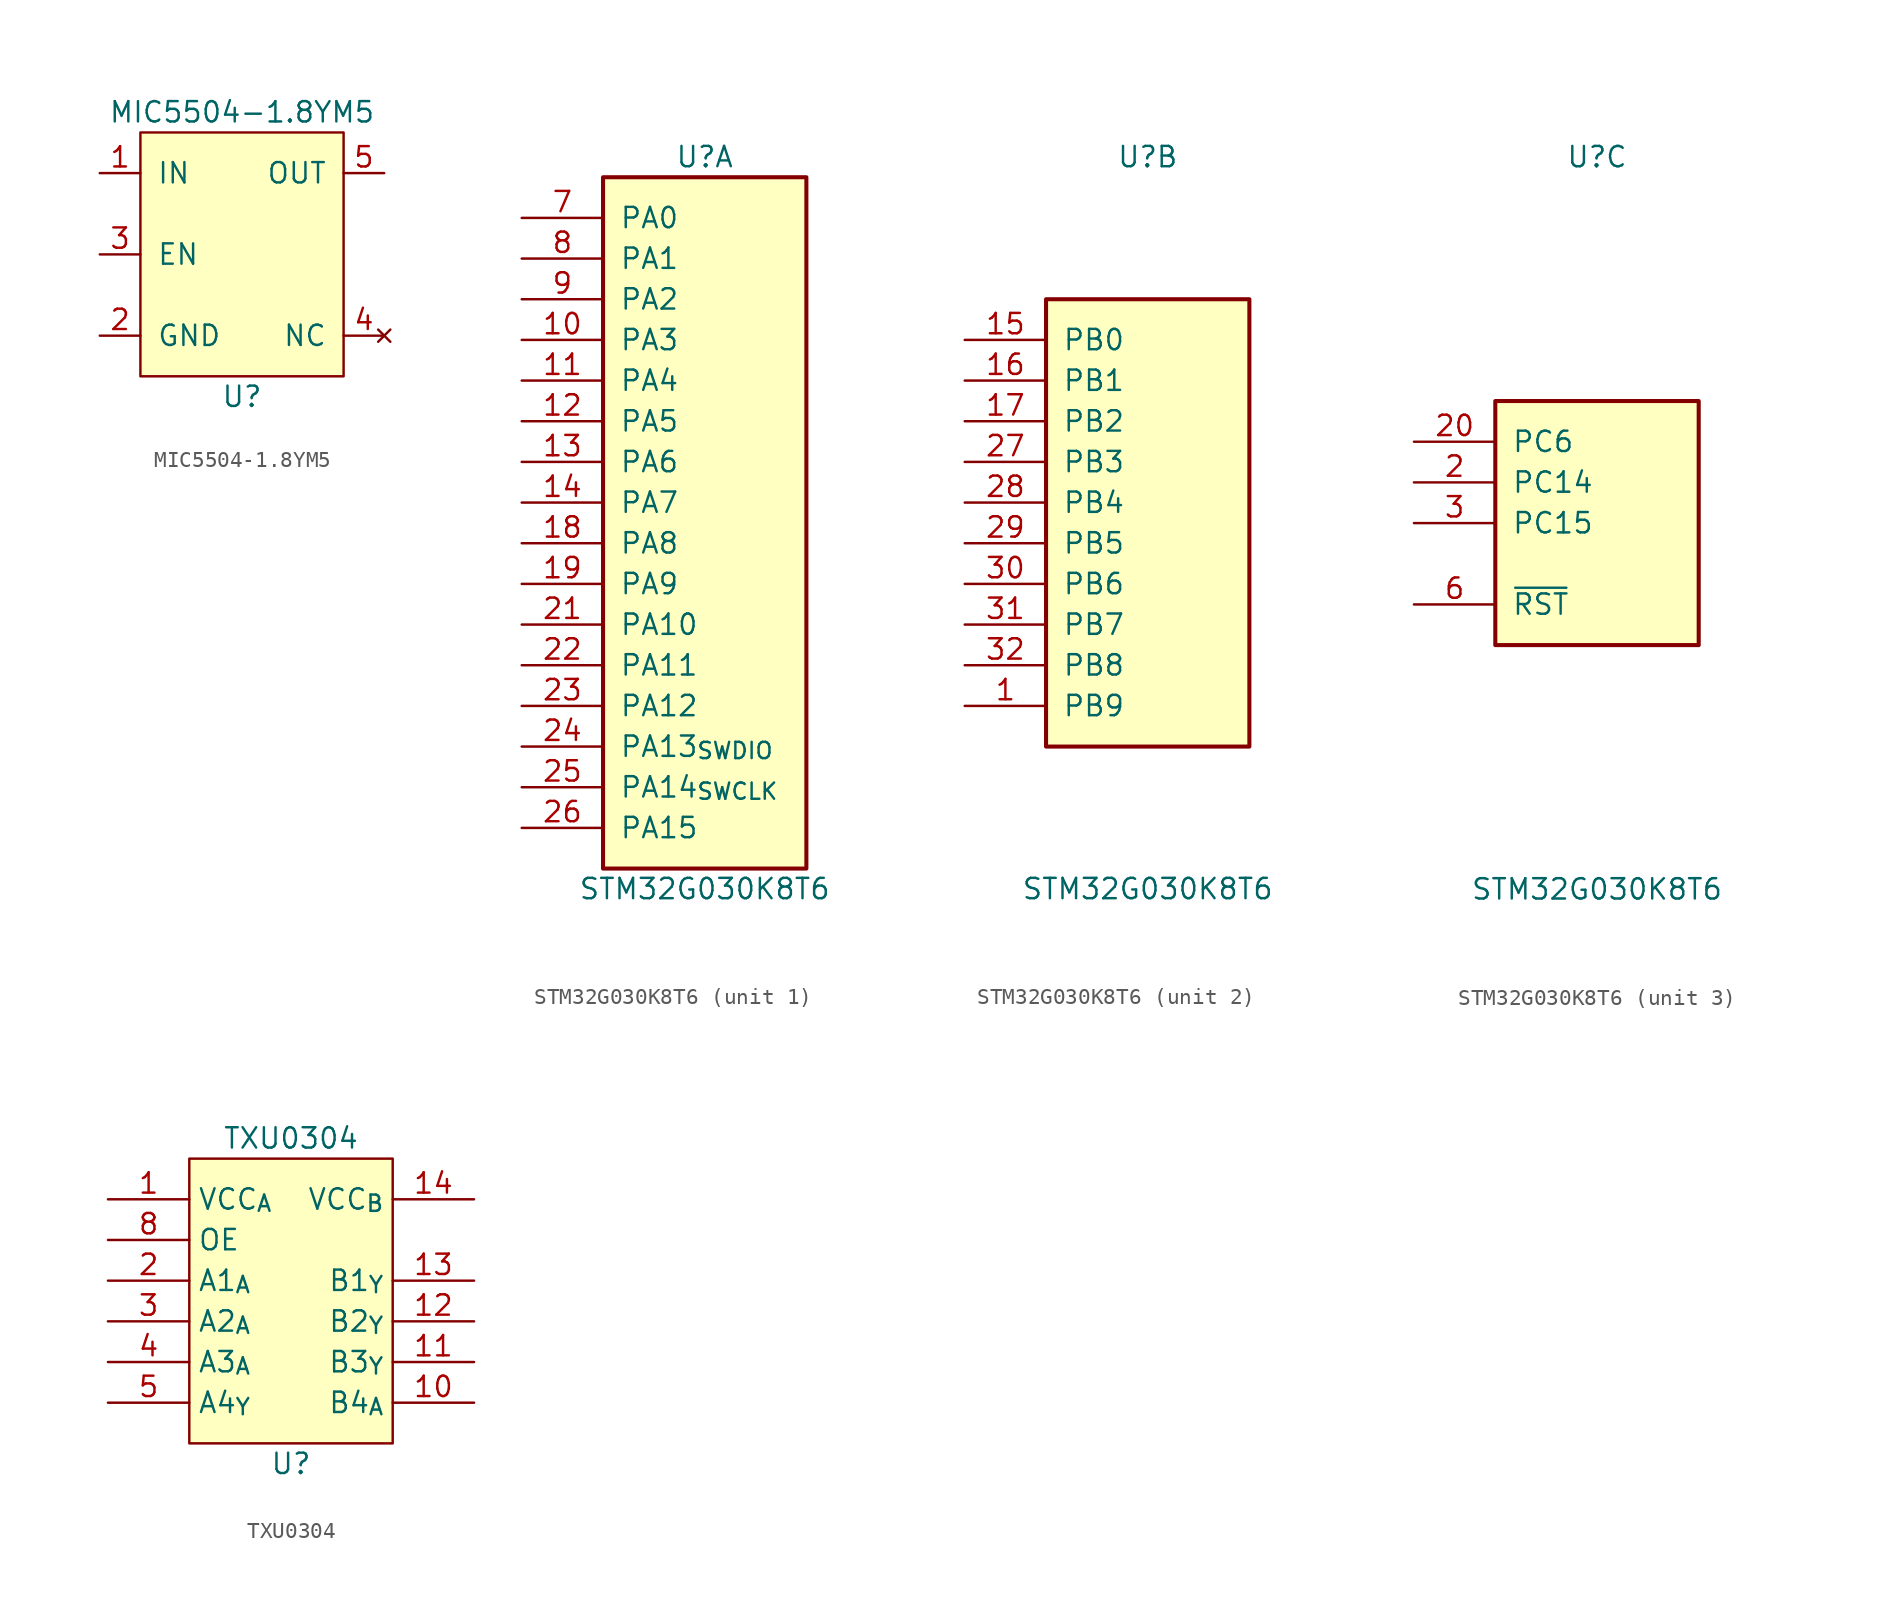
<source format=kicad_sym>
(kicad_symbol_lib
  (version 20211014)
  (generator kicad_symbol_editor)
  (symbol "MIC5504-1.8YM5"
    (pin_names
      (offset 1.016))
    (property "Reference" "U"
      (at 0 -8.89 0)
      (effects (font (size 1.27 1.27))))
    (property "Value" "MIC5504-1.8YM5"
      (at 0 8.89 0)
      (effects (font (size 1.27 1.27))))
    (symbol "MIC5504-1.8YM5_0_1"
      (rectangle (start -6.35 7.62) (end 6.35 -7.62) (stroke (width 0) (type default) (color 0 0 0 0)) (fill (type background))))
    (symbol "MIC5504-1.8YM5_1_1"
      (pin power_in line (at -8.89 5.08 0) (length 2.54) (name "IN" (effects (font (size 1.27 1.27)))) (number "1" (effects (font (size 1.27 1.27)))))
      (pin power_in line (at -8.89 -5.08 0) (length 2.54) (name "GND" (effects (font (size 1.27 1.27)))) (number "2" (effects (font (size 1.27 1.27)))))
      (pin input line (at -8.89 0 0) (length 2.54) (name "EN" (effects (font (size 1.27 1.27)))) (number "3" (effects (font (size 1.27 1.27)))))
      (pin no_connect line (at 8.89 -5.08 180) (length 2.54) (name "NC" (effects (font (size 1.27 1.27)))) (number "4" (effects (font (size 1.27 1.27)))))
      (pin power_out line (at 8.89 5.08 180) (length 2.54) (name "OUT" (effects (font (size 1.27 1.27)))) (number "5" (effects (font (size 1.27 1.27)))))))
  (symbol "STM32G030K8T6"
    (pin_names
      (offset 1.016))
    (property "Reference" "U"
      (at 0 22.86 0)
      (effects (font (size 1.27 1.27))))
    (property "Value" "STM32G030K8T6"
      (at 0 -22.86 0)
      (effects (font (size 1.27 1.27))))
    (property "ki_locked" ""
      (at 0 0 0)
      (effects (font (size 1.27 1.27))))
    (symbol "STM32G030K8T6_1_1"
      (rectangle (start -6.35 21.59) (end 6.35 -21.59) (stroke (width 0.254) (type default) (color 0 0 0 0)) (fill (type background)))
      (pin passive line (at -11.43 11.43 0) (length 5.08) (name "PA3" (effects (font (size 1.27 1.27)))) (number "10" (effects (font (size 1.27 1.27)))))
      (pin passive line (at -11.43 8.89 0) (length 5.08) (name "PA4" (effects (font (size 1.27 1.27)))) (number "11" (effects (font (size 1.27 1.27)))))
      (pin passive line (at -11.43 6.35 0) (length 5.08) (name "PA5" (effects (font (size 1.27 1.27)))) (number "12" (effects (font (size 1.27 1.27)))))
      (pin passive line (at -11.43 3.81 0) (length 5.08) (name "PA6" (effects (font (size 1.27 1.27)))) (number "13" (effects (font (size 1.27 1.27)))))
      (pin passive line (at -11.43 1.27 0) (length 5.08) (name "PA7" (effects (font (size 1.27 1.27)))) (number "14" (effects (font (size 1.27 1.27)))))
      (pin passive line (at -11.43 -1.27 0) (length 5.08) (name "PA8" (effects (font (size 1.27 1.27)))) (number "18" (effects (font (size 1.27 1.27)))))
      (pin passive line (at -11.43 -3.81 0) (length 5.08) (name "PA9" (effects (font (size 1.27 1.27)))) (number "19" (effects (font (size 1.27 1.27)))))
      (pin passive line (at -11.43 -6.35 0) (length 5.08) (name "PA10" (effects (font (size 1.27 1.27)))) (number "21" (effects (font (size 1.27 1.27)))))
      (pin passive line (at -11.43 -8.89 0) (length 5.08) (name "PA11" (effects (font (size 1.27 1.27)))) (number "22" (effects (font (size 1.27 1.27)))))
      (pin passive line (at -11.43 -11.43 0) (length 5.08) (name "PA12" (effects (font (size 1.27 1.27)))) (number "23" (effects (font (size 1.27 1.27)))))
      (pin passive line (at -11.43 -13.97 0) (length 5.08) (name "PA13_{SWDIO}" (effects (font (size 1.27 1.27)))) (number "24" (effects (font (size 1.27 1.27)))))
      (pin passive line (at -11.43 -16.51 0) (length 5.08) (name "PA14_{SWCLK}" (effects (font (size 1.27 1.27)))) (number "25" (effects (font (size 1.27 1.27)))))
      (pin passive line (at -11.43 -19.05 0) (length 5.08) (name "PA15" (effects (font (size 1.27 1.27)))) (number "26" (effects (font (size 1.27 1.27)))))
      (pin passive line (at -11.43 19.05 0) (length 5.08) (name "PA0" (effects (font (size 1.27 1.27)))) (number "7" (effects (font (size 1.27 1.27)))))
      (pin passive line (at -11.43 16.51 0) (length 5.08) (name "PA1" (effects (font (size 1.27 1.27)))) (number "8" (effects (font (size 1.27 1.27)))))
      (pin passive line (at -11.43 13.97 0) (length 5.08) (name "PA2" (effects (font (size 1.27 1.27)))) (number "9" (effects (font (size 1.27 1.27))))))
    (symbol "STM32G030K8T6_2_1"
      (rectangle (start -6.35 13.97) (end 6.35 -13.97) (stroke (width 0.254) (type default) (color 0 0 0 0)) (fill (type background)))
      (pin passive line (at -11.43 -11.43 0) (length 5.08) (name "PB9" (effects (font (size 1.27 1.27)))) (number "1" (effects (font (size 1.27 1.27)))))
      (pin passive line (at -11.43 11.43 0) (length 5.08) (name "PB0" (effects (font (size 1.27 1.27)))) (number "15" (effects (font (size 1.27 1.27)))))
      (pin passive line (at -11.43 8.89 0) (length 5.08) (name "PB1" (effects (font (size 1.27 1.27)))) (number "16" (effects (font (size 1.27 1.27)))))
      (pin passive line (at -11.43 6.35 0) (length 5.08) (name "PB2" (effects (font (size 1.27 1.27)))) (number "17" (effects (font (size 1.27 1.27)))))
      (pin passive line (at -11.43 3.81 0) (length 5.08) (name "PB3" (effects (font (size 1.27 1.27)))) (number "27" (effects (font (size 1.27 1.27)))))
      (pin passive line (at -11.43 1.27 0) (length 5.08) (name "PB4" (effects (font (size 1.27 1.27)))) (number "28" (effects (font (size 1.27 1.27)))))
      (pin passive line (at -11.43 -1.27 0) (length 5.08) (name "PB5" (effects (font (size 1.27 1.27)))) (number "29" (effects (font (size 1.27 1.27)))))
      (pin passive line (at -11.43 -3.81 0) (length 5.08) (name "PB6" (effects (font (size 1.27 1.27)))) (number "30" (effects (font (size 1.27 1.27)))))
      (pin passive line (at -11.43 -6.35 0) (length 5.08) (name "PB7" (effects (font (size 1.27 1.27)))) (number "31" (effects (font (size 1.27 1.27)))))
      (pin passive line (at -11.43 -8.89 0) (length 5.08) (name "PB8" (effects (font (size 1.27 1.27)))) (number "32" (effects (font (size 1.27 1.27))))))
    (symbol "STM32G030K8T6_3_1"
      (rectangle (start -6.35 7.62) (end 6.35 -7.62) (stroke (width 0.254) (type default) (color 0 0 0 0)) (fill (type background)))
      (pin passive line (at -11.43 2.54 0) (length 5.08) (name "PC14" (effects (font (size 1.27 1.27)))) (number "2" (effects (font (size 1.27 1.27)))))
      (pin passive line (at -11.43 5.08 0) (length 5.08) (name "PC6" (effects (font (size 1.27 1.27)))) (number "20" (effects (font (size 1.27 1.27)))))
      (pin passive line (at -11.43 0 0) (length 5.08) (name "PC15" (effects (font (size 1.27 1.27)))) (number "3" (effects (font (size 1.27 1.27)))))
      (pin power_in line (at 11.43 5.08 180) (length 5.08) hide (name "VCC" (effects (font (size 1.27 1.27)))) (number "4" (effects (font (size 1.27 1.27)))))
      (pin power_in line (at 11.43 -5.08 180) (length 5.08) hide (name "GND" (effects (font (size 1.27 1.27)))) (number "5" (effects (font (size 1.27 1.27)))))
      (pin passive line (at -11.43 -5.08 0) (length 5.08) (name "~{RST}" (effects (font (size 1.27 1.27)))) (number "6" (effects (font (size 1.27 1.27)))))))
  (symbol "TXU0304"
    (property "Reference" "U"
      (at 0 -10.16 0)
      (effects (font (size 1.27 1.27))))
    (property "Value" "TXU0304"
      (at 0 10.16 0)
      (effects (font (size 1.27 1.27))))
    (symbol "TXU0304_0_1"
      (rectangle (start -6.35 8.89) (end 6.35 -8.89) (stroke (width 0.152) (type default) (color 0 0 0 0)) (fill (type background))))
    (symbol "TXU0304_1_1"
      (pin power_in line (at -11.43 6.35 0) (length 5.08) (name "VCC_{A}" (effects (font (size 1.27 1.27)))) (number "1" (effects (font (size 1.27 1.27)))))
      (pin input line (at 11.43 -6.35 180) (length 5.08) (name "B4_{A}" (effects (font (size 1.27 1.27)))) (number "10" (effects (font (size 1.27 1.27)))))
      (pin output line (at 11.43 -3.81 180) (length 5.08) (name "B3_{Y}" (effects (font (size 1.27 1.27)))) (number "11" (effects (font (size 1.27 1.27)))))
      (pin output line (at 11.43 -1.27 180) (length 5.08) (name "B2_{Y}" (effects (font (size 1.27 1.27)))) (number "12" (effects (font (size 1.27 1.27)))))
      (pin output line (at 11.43 1.27 180) (length 5.08) (name "B1_{Y}" (effects (font (size 1.27 1.27)))) (number "13" (effects (font (size 1.27 1.27)))))
      (pin power_in line (at 11.43 6.35 180) (length 5.08) (name "VCC_{B}" (effects (font (size 1.27 1.27)))) (number "14" (effects (font (size 1.27 1.27)))))
      (pin input line (at -11.43 1.27 0) (length 5.08) (name "A1_{A}" (effects (font (size 1.27 1.27)))) (number "2" (effects (font (size 1.27 1.27)))))
      (pin input line (at -11.43 -1.27 0) (length 5.08) (name "A2_{A}" (effects (font (size 1.27 1.27)))) (number "3" (effects (font (size 1.27 1.27)))))
      (pin input line (at -11.43 -3.81 0) (length 5.08) (name "A3_{A}" (effects (font (size 1.27 1.27)))) (number "4" (effects (font (size 1.27 1.27)))))
      (pin output line (at -11.43 -6.35 0) (length 5.08) (name "A4_{Y}" (effects (font (size 1.27 1.27)))) (number "5" (effects (font (size 1.27 1.27)))))
      (pin power_in line (at 11.43 3.81 180) (length 5.08) hide (name "GND" (effects (font (size 1.27 1.27)))) (number "7" (effects (font (size 1.27 1.27)))))
      (pin input line (at -11.43 3.81 0) (length 5.08) (name "OE" (effects (font (size 1.27 1.27)))) (number "8" (effects (font (size 1.27 1.27))))))))
</source>
